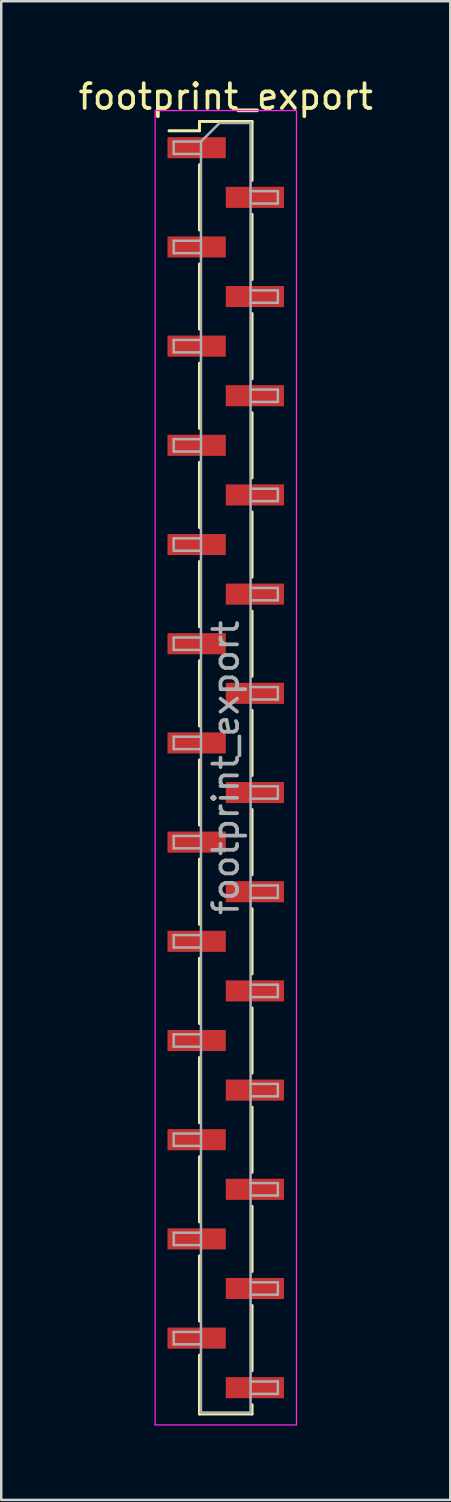
<source format=kicad_pcb>
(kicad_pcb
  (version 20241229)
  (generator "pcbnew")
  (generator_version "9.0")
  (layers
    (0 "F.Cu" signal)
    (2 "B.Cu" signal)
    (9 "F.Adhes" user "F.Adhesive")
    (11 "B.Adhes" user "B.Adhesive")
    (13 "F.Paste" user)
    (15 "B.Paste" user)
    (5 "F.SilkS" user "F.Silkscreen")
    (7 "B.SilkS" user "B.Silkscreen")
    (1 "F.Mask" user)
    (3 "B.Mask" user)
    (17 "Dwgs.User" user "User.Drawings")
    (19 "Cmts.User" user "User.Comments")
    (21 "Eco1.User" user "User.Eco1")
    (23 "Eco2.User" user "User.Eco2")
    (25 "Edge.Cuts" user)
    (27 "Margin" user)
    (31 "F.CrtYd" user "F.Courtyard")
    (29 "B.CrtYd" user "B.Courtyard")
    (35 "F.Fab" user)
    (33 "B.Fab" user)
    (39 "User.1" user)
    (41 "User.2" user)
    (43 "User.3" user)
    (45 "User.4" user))
  (footprint "footprint_export"
    (layer "F.Cu")
    (at 6.054 27.908)
    (property "Reference" "footprint_export" (at 0 -27.06 0) (layer "F.SilkS") (effects (font (size 1 1) (thickness 0.15))))
    (attr smd)
    (fp_line (start -1.06 -26.06) (end -1.06 -25.685) (stroke (width 0.12) (type solid)) (layer "F.SilkS"))
    (fp_line (start -1.06 -26.06) (end 1.06 -26.06) (stroke (width 0.12) (type solid)) (layer "F.SilkS"))
    (fp_line (start -1.06 -25.685) (end -2.29 -25.685) (stroke (width 0.12) (type solid)) (layer "F.SilkS"))
    (fp_line (start -1.06 -24.315) (end -1.06 -21.685) (stroke (width 0.12) (type solid)) (layer "F.SilkS"))
    (fp_line (start -1.06 -20.315) (end -1.06 -17.685) (stroke (width 0.12) (type solid)) (layer "F.SilkS"))
    (fp_line (start -1.06 -16.315) (end -1.06 -13.685) (stroke (width 0.12) (type solid)) (layer "F.SilkS"))
    (fp_line (start -1.06 -12.315) (end -1.06 -9.685) (stroke (width 0.12) (type solid)) (layer "F.SilkS"))
    (fp_line (start -1.06 -8.315) (end -1.06 -5.685) (stroke (width 0.12) (type solid)) (layer "F.SilkS"))
    (fp_line (start -1.06 -4.315) (end -1.06 -1.685) (stroke (width 0.12) (type solid)) (layer "F.SilkS"))
    (fp_line (start -1.06 -0.315) (end -1.06 2.315) (stroke (width 0.12) (type solid)) (layer "F.SilkS"))
    (fp_line (start -1.06 3.685) (end -1.06 6.315) (stroke (width 0.12) (type solid)) (layer "F.SilkS"))
    (fp_line (start -1.06 7.685) (end -1.06 10.315) (stroke (width 0.12) (type solid)) (layer "F.SilkS"))
    (fp_line (start -1.06 11.685) (end -1.06 14.315) (stroke (width 0.12) (type solid)) (layer "F.SilkS"))
    (fp_line (start -1.06 15.685) (end -1.06 18.315) (stroke (width 0.12) (type solid)) (layer "F.SilkS"))
    (fp_line (start -1.06 19.685) (end -1.06 22.315) (stroke (width 0.12) (type solid)) (layer "F.SilkS"))
    (fp_line (start -1.06 23.685) (end -1.06 26.06) (stroke (width 0.12) (type solid)) (layer "F.SilkS"))
    (fp_line (start -1.06 26.06) (end 1.06 26.06) (stroke (width 0.12) (type solid)) (layer "F.SilkS"))
    (fp_line (start 1.06 -26.06) (end 1.06 -23.685) (stroke (width 0.12) (type solid)) (layer "F.SilkS"))
    (fp_line (start 1.06 -22.315) (end 1.06 -19.685) (stroke (width 0.12) (type solid)) (layer "F.SilkS"))
    (fp_line (start 1.06 -18.315) (end 1.06 -15.685) (stroke (width 0.12) (type solid)) (layer "F.SilkS"))
    (fp_line (start 1.06 -14.315) (end 1.06 -11.685) (stroke (width 0.12) (type solid)) (layer "F.SilkS"))
    (fp_line (start 1.06 -10.315) (end 1.06 -7.685) (stroke (width 0.12) (type solid)) (layer "F.SilkS"))
    (fp_line (start 1.06 -6.315) (end 1.06 -3.685) (stroke (width 0.12) (type solid)) (layer "F.SilkS"))
    (fp_line (start 1.06 -2.315) (end 1.06 0.315) (stroke (width 0.12) (type solid)) (layer "F.SilkS"))
    (fp_line (start 1.06 1.685) (end 1.06 4.315) (stroke (width 0.12) (type solid)) (layer "F.SilkS"))
    (fp_line (start 1.06 5.685) (end 1.06 8.315) (stroke (width 0.12) (type solid)) (layer "F.SilkS"))
    (fp_line (start 1.06 9.685) (end 1.06 12.315) (stroke (width 0.12) (type solid)) (layer "F.SilkS"))
    (fp_line (start 1.06 13.685) (end 1.06 16.315) (stroke (width 0.12) (type solid)) (layer "F.SilkS"))
    (fp_line (start 1.06 17.685) (end 1.06 20.315) (stroke (width 0.12) (type solid)) (layer "F.SilkS"))
    (fp_line (start 1.06 21.685) (end 1.06 24.315) (stroke (width 0.12) (type solid)) (layer "F.SilkS"))
    (fp_line (start 1.06 25.685) (end 1.06 26.06) (stroke (width 0.12) (type solid)) (layer "F.SilkS"))
    (fp_line (start -2.85 -26.5) (end -2.85 26.5) (stroke (width 0.05) (type solid)) (layer "F.CrtYd"))
    (fp_line (start -2.85 26.5) (end 2.85 26.5) (stroke (width 0.05) (type solid)) (layer "F.CrtYd"))
    (fp_line (start 2.85 -26.5) (end -2.85 -26.5) (stroke (width 0.05) (type solid)) (layer "F.CrtYd"))
    (fp_line (start 2.85 26.5) (end 2.85 -26.5) (stroke (width 0.05) (type solid)) (layer "F.CrtYd"))
    (fp_line (start -2.1 -25.25) (end -2.1 -24.75) (stroke (width 0.1) (type solid)) (layer "F.Fab"))
    (fp_line (start -2.1 -24.75) (end -1 -24.75) (stroke (width 0.1) (type solid)) (layer "F.Fab"))
    (fp_line (start -2.1 -21.25) (end -2.1 -20.75) (stroke (width 0.1) (type solid)) (layer "F.Fab"))
    (fp_line (start -2.1 -20.75) (end -1 -20.75) (stroke (width 0.1) (type solid)) (layer "F.Fab"))
    (fp_line (start -2.1 -17.25) (end -2.1 -16.75) (stroke (width 0.1) (type solid)) (layer "F.Fab"))
    (fp_line (start -2.1 -16.75) (end -1 -16.75) (stroke (width 0.1) (type solid)) (layer "F.Fab"))
    (fp_line (start -2.1 -13.25) (end -2.1 -12.75) (stroke (width 0.1) (type solid)) (layer "F.Fab"))
    (fp_line (start -2.1 -12.75) (end -1 -12.75) (stroke (width 0.1) (type solid)) (layer "F.Fab"))
    (fp_line (start -2.1 -9.25) (end -2.1 -8.75) (stroke (width 0.1) (type solid)) (layer "F.Fab"))
    (fp_line (start -2.1 -8.75) (end -1 -8.75) (stroke (width 0.1) (type solid)) (layer "F.Fab"))
    (fp_line (start -2.1 -5.25) (end -2.1 -4.75) (stroke (width 0.1) (type solid)) (layer "F.Fab"))
    (fp_line (start -2.1 -4.75) (end -1 -4.75) (stroke (width 0.1) (type solid)) (layer "F.Fab"))
    (fp_line (start -2.1 -1.25) (end -2.1 -0.75) (stroke (width 0.1) (type solid)) (layer "F.Fab"))
    (fp_line (start -2.1 -0.75) (end -1 -0.75) (stroke (width 0.1) (type solid)) (layer "F.Fab"))
    (fp_line (start -2.1 2.75) (end -2.1 3.25) (stroke (width 0.1) (type solid)) (layer "F.Fab"))
    (fp_line (start -2.1 3.25) (end -1 3.25) (stroke (width 0.1) (type solid)) (layer "F.Fab"))
    (fp_line (start -2.1 6.75) (end -2.1 7.25) (stroke (width 0.1) (type solid)) (layer "F.Fab"))
    (fp_line (start -2.1 7.25) (end -1 7.25) (stroke (width 0.1) (type solid)) (layer "F.Fab"))
    (fp_line (start -2.1 10.75) (end -2.1 11.25) (stroke (width 0.1) (type solid)) (layer "F.Fab"))
    (fp_line (start -2.1 11.25) (end -1 11.25) (stroke (width 0.1) (type solid)) (layer "F.Fab"))
    (fp_line (start -2.1 14.75) (end -2.1 15.25) (stroke (width 0.1) (type solid)) (layer "F.Fab"))
    (fp_line (start -2.1 15.25) (end -1 15.25) (stroke (width 0.1) (type solid)) (layer "F.Fab"))
    (fp_line (start -2.1 18.75) (end -2.1 19.25) (stroke (width 0.1) (type solid)) (layer "F.Fab"))
    (fp_line (start -2.1 19.25) (end -1 19.25) (stroke (width 0.1) (type solid)) (layer "F.Fab"))
    (fp_line (start -2.1 22.75) (end -2.1 23.25) (stroke (width 0.1) (type solid)) (layer "F.Fab"))
    (fp_line (start -2.1 23.25) (end -1 23.25) (stroke (width 0.1) (type solid)) (layer "F.Fab"))
    (fp_line (start -1 -25.25) (end -2.1 -25.25) (stroke (width 0.1) (type solid)) (layer "F.Fab"))
    (fp_line (start -1 -25.25) (end -0.25 -26) (stroke (width 0.1) (type solid)) (layer "F.Fab"))
    (fp_line (start -1 -21.25) (end -2.1 -21.25) (stroke (width 0.1) (type solid)) (layer "F.Fab"))
    (fp_line (start -1 -17.25) (end -2.1 -17.25) (stroke (width 0.1) (type solid)) (layer "F.Fab"))
    (fp_line (start -1 -13.25) (end -2.1 -13.25) (stroke (width 0.1) (type solid)) (layer "F.Fab"))
    (fp_line (start -1 -9.25) (end -2.1 -9.25) (stroke (width 0.1) (type solid)) (layer "F.Fab"))
    (fp_line (start -1 -5.25) (end -2.1 -5.25) (stroke (width 0.1) (type solid)) (layer "F.Fab"))
    (fp_line (start -1 -1.25) (end -2.1 -1.25) (stroke (width 0.1) (type solid)) (layer "F.Fab"))
    (fp_line (start -1 2.75) (end -2.1 2.75) (stroke (width 0.1) (type solid)) (layer "F.Fab"))
    (fp_line (start -1 6.75) (end -2.1 6.75) (stroke (width 0.1) (type solid)) (layer "F.Fab"))
    (fp_line (start -1 10.75) (end -2.1 10.75) (stroke (width 0.1) (type solid)) (layer "F.Fab"))
    (fp_line (start -1 14.75) (end -2.1 14.75) (stroke (width 0.1) (type solid)) (layer "F.Fab"))
    (fp_line (start -1 18.75) (end -2.1 18.75) (stroke (width 0.1) (type solid)) (layer "F.Fab"))
    (fp_line (start -1 22.75) (end -2.1 22.75) (stroke (width 0.1) (type solid)) (layer "F.Fab"))
    (fp_line (start -1 26) (end -1 -25.25) (stroke (width 0.1) (type solid)) (layer "F.Fab"))
    (fp_line (start -0.25 -26) (end 1 -26) (stroke (width 0.1) (type solid)) (layer "F.Fab"))
    (fp_line (start 1 -26) (end 1 26) (stroke (width 0.1) (type solid)) (layer "F.Fab"))
    (fp_line (start 1 -23.25) (end 2.1 -23.25) (stroke (width 0.1) (type solid)) (layer "F.Fab"))
    (fp_line (start 1 -19.25) (end 2.1 -19.25) (stroke (width 0.1) (type solid)) (layer "F.Fab"))
    (fp_line (start 1 -15.25) (end 2.1 -15.25) (stroke (width 0.1) (type solid)) (layer "F.Fab"))
    (fp_line (start 1 -11.25) (end 2.1 -11.25) (stroke (width 0.1) (type solid)) (layer "F.Fab"))
    (fp_line (start 1 -7.25) (end 2.1 -7.25) (stroke (width 0.1) (type solid)) (layer "F.Fab"))
    (fp_line (start 1 -3.25) (end 2.1 -3.25) (stroke (width 0.1) (type solid)) (layer "F.Fab"))
    (fp_line (start 1 0.75) (end 2.1 0.75) (stroke (width 0.1) (type solid)) (layer "F.Fab"))
    (fp_line (start 1 4.75) (end 2.1 4.75) (stroke (width 0.1) (type solid)) (layer "F.Fab"))
    (fp_line (start 1 8.75) (end 2.1 8.75) (stroke (width 0.1) (type solid)) (layer "F.Fab"))
    (fp_line (start 1 12.75) (end 2.1 12.75) (stroke (width 0.1) (type solid)) (layer "F.Fab"))
    (fp_line (start 1 16.75) (end 2.1 16.75) (stroke (width 0.1) (type solid)) (layer "F.Fab"))
    (fp_line (start 1 20.75) (end 2.1 20.75) (stroke (width 0.1) (type solid)) (layer "F.Fab"))
    (fp_line (start 1 24.75) (end 2.1 24.75) (stroke (width 0.1) (type solid)) (layer "F.Fab"))
    (fp_line (start 1 26) (end -1 26) (stroke (width 0.1) (type solid)) (layer "F.Fab"))
    (fp_line (start 2.1 -23.25) (end 2.1 -22.75) (stroke (width 0.1) (type solid)) (layer "F.Fab"))
    (fp_line (start 2.1 -22.75) (end 1 -22.75) (stroke (width 0.1) (type solid)) (layer "F.Fab"))
    (fp_line (start 2.1 -19.25) (end 2.1 -18.75) (stroke (width 0.1) (type solid)) (layer "F.Fab"))
    (fp_line (start 2.1 -18.75) (end 1 -18.75) (stroke (width 0.1) (type solid)) (layer "F.Fab"))
    (fp_line (start 2.1 -15.25) (end 2.1 -14.75) (stroke (width 0.1) (type solid)) (layer "F.Fab"))
    (fp_line (start 2.1 -14.75) (end 1 -14.75) (stroke (width 0.1) (type solid)) (layer "F.Fab"))
    (fp_line (start 2.1 -11.25) (end 2.1 -10.75) (stroke (width 0.1) (type solid)) (layer "F.Fab"))
    (fp_line (start 2.1 -10.75) (end 1 -10.75) (stroke (width 0.1) (type solid)) (layer "F.Fab"))
    (fp_line (start 2.1 -7.25) (end 2.1 -6.75) (stroke (width 0.1) (type solid)) (layer "F.Fab"))
    (fp_line (start 2.1 -6.75) (end 1 -6.75) (stroke (width 0.1) (type solid)) (layer "F.Fab"))
    (fp_line (start 2.1 -3.25) (end 2.1 -2.75) (stroke (width 0.1) (type solid)) (layer "F.Fab"))
    (fp_line (start 2.1 -2.75) (end 1 -2.75) (stroke (width 0.1) (type solid)) (layer "F.Fab"))
    (fp_line (start 2.1 0.75) (end 2.1 1.25) (stroke (width 0.1) (type solid)) (layer "F.Fab"))
    (fp_line (start 2.1 1.25) (end 1 1.25) (stroke (width 0.1) (type solid)) (layer "F.Fab"))
    (fp_line (start 2.1 4.75) (end 2.1 5.25) (stroke (width 0.1) (type solid)) (layer "F.Fab"))
    (fp_line (start 2.1 5.25) (end 1 5.25) (stroke (width 0.1) (type solid)) (layer "F.Fab"))
    (fp_line (start 2.1 8.75) (end 2.1 9.25) (stroke (width 0.1) (type solid)) (layer "F.Fab"))
    (fp_line (start 2.1 9.25) (end 1 9.25) (stroke (width 0.1) (type solid)) (layer "F.Fab"))
    (fp_line (start 2.1 12.75) (end 2.1 13.25) (stroke (width 0.1) (type solid)) (layer "F.Fab"))
    (fp_line (start 2.1 13.25) (end 1 13.25) (stroke (width 0.1) (type solid)) (layer "F.Fab"))
    (fp_line (start 2.1 16.75) (end 2.1 17.25) (stroke (width 0.1) (type solid)) (layer "F.Fab"))
    (fp_line (start 2.1 17.25) (end 1 17.25) (stroke (width 0.1) (type solid)) (layer "F.Fab"))
    (fp_line (start 2.1 20.75) (end 2.1 21.25) (stroke (width 0.1) (type solid)) (layer "F.Fab"))
    (fp_line (start 2.1 21.25) (end 1 21.25) (stroke (width 0.1) (type solid)) (layer "F.Fab"))
    (fp_line (start 2.1 24.75) (end 2.1 25.25) (stroke (width 0.1) (type solid)) (layer "F.Fab"))
    (fp_line (start 2.1 25.25) (end 1 25.25) (stroke (width 0.1) (type solid)) (layer "F.Fab"))
    (fp_text user "${REFERENCE}" (at 0 0 90) (layer "F.Fab") (effects (font (size 1 1) (thickness 0.15))))
    (pad "1" smd rect (at -1.175 -25) (size 2.35 0.85) (layers "F.Cu" "F.Mask" "F.Paste"))
    (pad "2" smd rect (at 1.175 -23) (size 2.35 0.85) (layers "F.Cu" "F.Mask" "F.Paste"))
    (pad "3" smd rect (at -1.175 -21) (size 2.35 0.85) (layers "F.Cu" "F.Mask" "F.Paste"))
    (pad "4" smd rect (at 1.175 -19) (size 2.35 0.85) (layers "F.Cu" "F.Mask" "F.Paste"))
    (pad "5" smd rect (at -1.175 -17) (size 2.35 0.85) (layers "F.Cu" "F.Mask" "F.Paste"))
    (pad "6" smd rect (at 1.175 -15) (size 2.35 0.85) (layers "F.Cu" "F.Mask" "F.Paste"))
    (pad "7" smd rect (at -1.175 -13) (size 2.35 0.85) (layers "F.Cu" "F.Mask" "F.Paste"))
    (pad "8" smd rect (at 1.175 -11) (size 2.35 0.85) (layers "F.Cu" "F.Mask" "F.Paste"))
    (pad "9" smd rect (at -1.175 -9) (size 2.35 0.85) (layers "F.Cu" "F.Mask" "F.Paste"))
    (pad "10" smd rect (at 1.175 -7) (size 2.35 0.85) (layers "F.Cu" "F.Mask" "F.Paste"))
    (pad "11" smd rect (at -1.175 -5) (size 2.35 0.85) (layers "F.Cu" "F.Mask" "F.Paste"))
    (pad "12" smd rect (at 1.175 -3) (size 2.35 0.85) (layers "F.Cu" "F.Mask" "F.Paste"))
    (pad "13" smd rect (at -1.175 -1) (size 2.35 0.85) (layers "F.Cu" "F.Mask" "F.Paste"))
    (pad "14" smd rect (at 1.175 1) (size 2.35 0.85) (layers "F.Cu" "F.Mask" "F.Paste"))
    (pad "15" smd rect (at -1.175 3) (size 2.35 0.85) (layers "F.Cu" "F.Mask" "F.Paste"))
    (pad "16" smd rect (at 1.175 5) (size 2.35 0.85) (layers "F.Cu" "F.Mask" "F.Paste"))
    (pad "17" smd rect (at -1.175 7) (size 2.35 0.85) (layers "F.Cu" "F.Mask" "F.Paste"))
    (pad "18" smd rect (at 1.175 9) (size 2.35 0.85) (layers "F.Cu" "F.Mask" "F.Paste"))
    (pad "19" smd rect (at -1.175 11) (size 2.35 0.85) (layers "F.Cu" "F.Mask" "F.Paste"))
    (pad "20" smd rect (at 1.175 13) (size 2.35 0.85) (layers "F.Cu" "F.Mask" "F.Paste"))
    (pad "21" smd rect (at -1.175 15) (size 2.35 0.85) (layers "F.Cu" "F.Mask" "F.Paste"))
    (pad "22" smd rect (at 1.175 17) (size 2.35 0.85) (layers "F.Cu" "F.Mask" "F.Paste"))
    (pad "23" smd rect (at -1.175 19) (size 2.35 0.85) (layers "F.Cu" "F.Mask" "F.Paste"))
    (pad "24" smd rect (at 1.175 21) (size 2.35 0.85) (layers "F.Cu" "F.Mask" "F.Paste"))
    (pad "25" smd rect (at -1.175 23) (size 2.35 0.85) (layers "F.Cu" "F.Mask" "F.Paste"))
    (pad "26" smd rect (at 1.175 25) (size 2.35 0.85) (layers "F.Cu" "F.Mask" "F.Paste")))
  (gr_rect
    (start -3 -3)
    (end 15.107 57.433)
    (stroke (width 0.1) (type default))
    (fill no)
    (layer "Edge.Cuts")))
</source>
